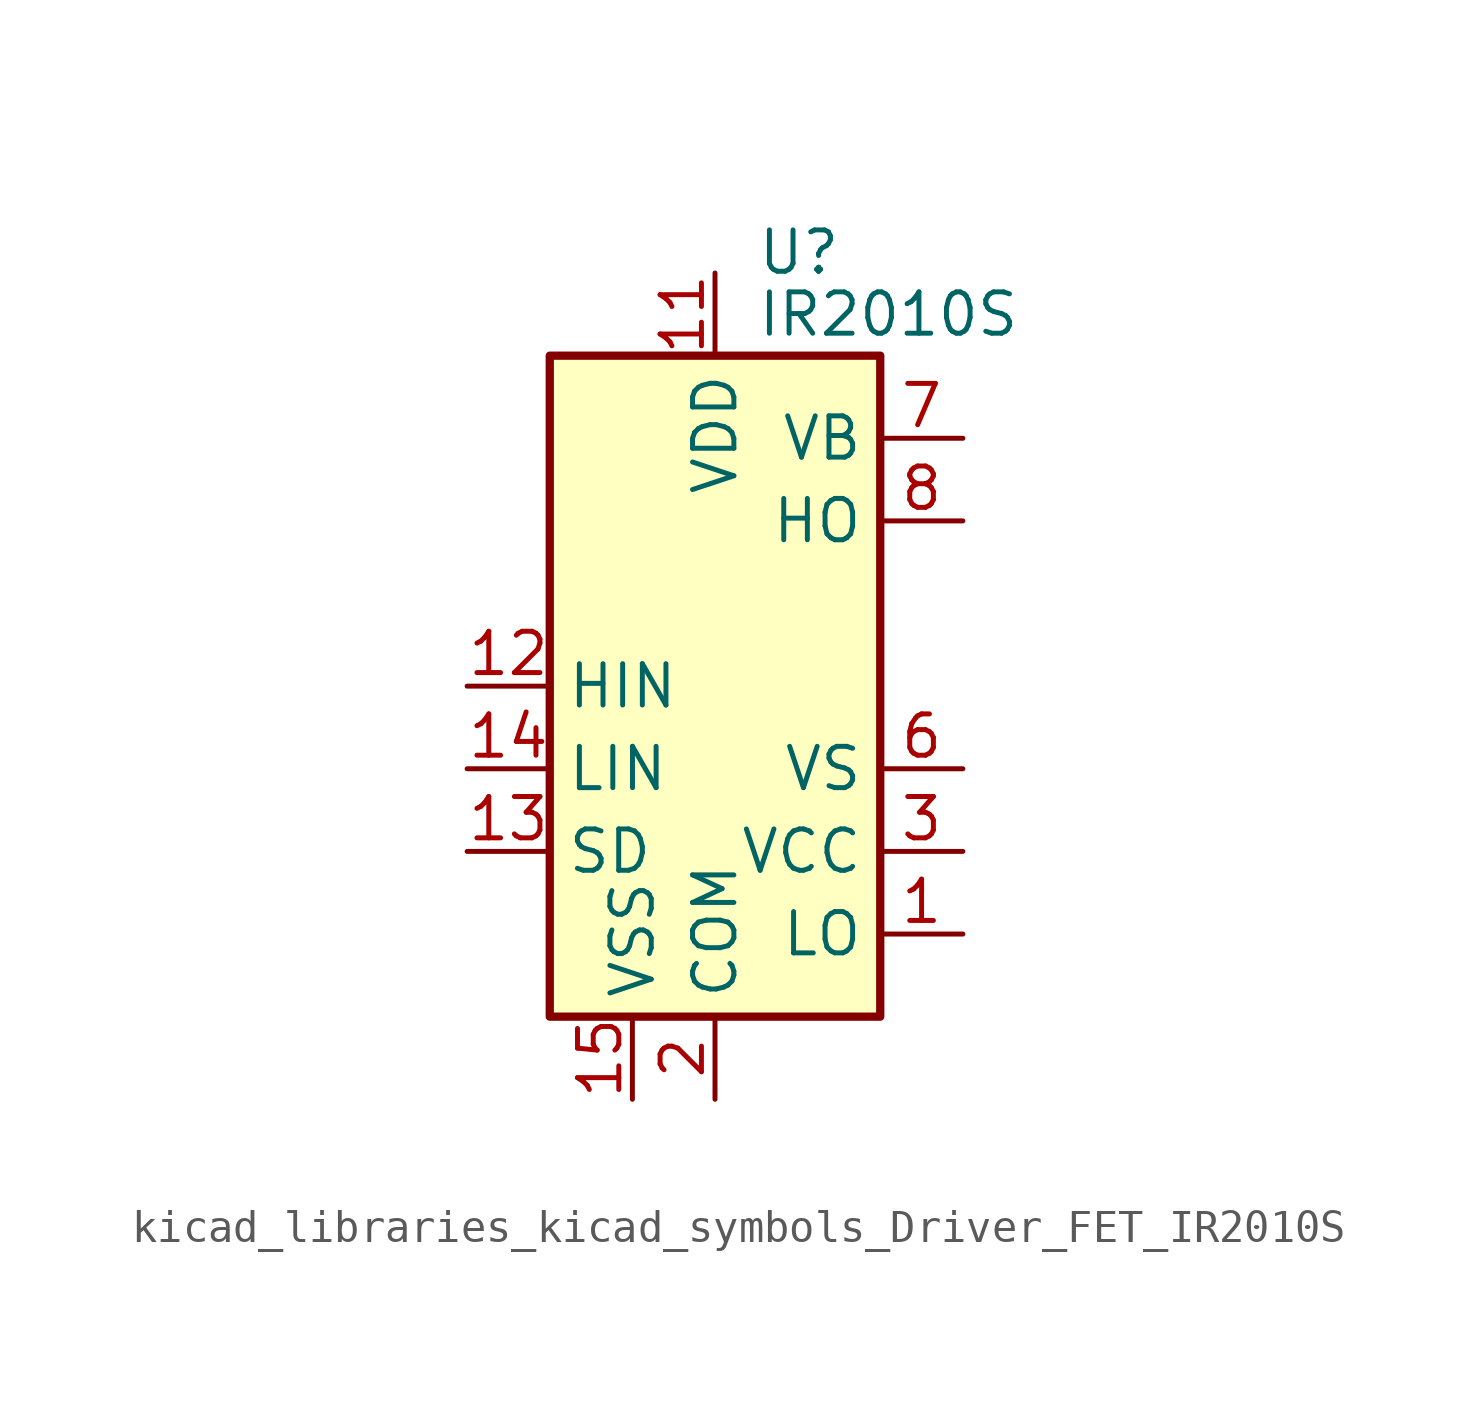
<source format=kicad_sym>
(kicad_symbol_lib
  (version 20220914)
  (generator kicad_symbol_editor)
  (symbol "kicad_libraries_kicad_symbols_Driver_FET_IR2010S"
    (property "Reference" "U"
      (at 1.27 13.335 0)
      (effects (font (size 1.27 1.27)) (justify left)))
    (property "Value" "IR2010S"
      (at 1.27 11.43 0)
      (effects (font (size 1.27 1.27)) (justify left)))
    (symbol "kicad_libraries_kicad_symbols_Driver_FET_IR2010S_0_1"
      (rectangle (start -5.08 -10.16) (end 5.08 10.16) (stroke (width 0.254) (type default)) (fill (type background))))
    (symbol "kicad_libraries_kicad_symbols_Driver_FET_IR2010S_1_1"
      (pin output line (at 7.62 -7.62 180) (length 2.54) (name "LO" (effects (font (size 1.27 1.27)))) (number "1" (effects (font (size 1.27 1.27)))))
      (pin no_connect line (at 5.08 2.54 180) (length 2.54) hide (name "NC" (effects (font (size 1.27 1.27)))) (number "10" (effects (font (size 1.27 1.27)))))
      (pin power_in line (at 0 12.7 270) (length 2.54) (name "VDD" (effects (font (size 1.27 1.27)))) (number "11" (effects (font (size 1.27 1.27)))))
      (pin input line (at -7.62 0 0) (length 2.54) (name "HIN" (effects (font (size 1.27 1.27)))) (number "12" (effects (font (size 1.27 1.27)))))
      (pin input line (at -7.62 -5.08 0) (length 2.54) (name "SD" (effects (font (size 1.27 1.27)))) (number "13" (effects (font (size 1.27 1.27)))))
      (pin input line (at -7.62 -2.54 0) (length 2.54) (name "LIN" (effects (font (size 1.27 1.27)))) (number "14" (effects (font (size 1.27 1.27)))))
      (pin power_in line (at -2.54 -12.7 90) (length 2.54) (name "VSS" (effects (font (size 1.27 1.27)))) (number "15" (effects (font (size 1.27 1.27)))))
      (pin no_connect line (at 5.08 0 180) (length 2.54) hide (name "NC" (effects (font (size 1.27 1.27)))) (number "16" (effects (font (size 1.27 1.27)))))
      (pin power_in line (at 0 -12.7 90) (length 2.54) (name "COM" (effects (font (size 1.27 1.27)))) (number "2" (effects (font (size 1.27 1.27)))))
      (pin power_in line (at 7.62 -5.08 180) (length 2.54) (name "VCC" (effects (font (size 1.27 1.27)))) (number "3" (effects (font (size 1.27 1.27)))))
      (pin no_connect line (at -5.08 7.62 0) (length 2.54) hide (name "NC" (effects (font (size 1.27 1.27)))) (number "4" (effects (font (size 1.27 1.27)))))
      (pin no_connect line (at -5.08 5.08 0) (length 2.54) hide (name "NC" (effects (font (size 1.27 1.27)))) (number "5" (effects (font (size 1.27 1.27)))))
      (pin passive line (at 7.62 -2.54 180) (length 2.54) (name "VS" (effects (font (size 1.27 1.27)))) (number "6" (effects (font (size 1.27 1.27)))))
      (pin passive line (at 7.62 7.62 180) (length 2.54) (name "VB" (effects (font (size 1.27 1.27)))) (number "7" (effects (font (size 1.27 1.27)))))
      (pin output line (at 7.62 5.08 180) (length 2.54) (name "HO" (effects (font (size 1.27 1.27)))) (number "8" (effects (font (size 1.27 1.27)))))
      (pin no_connect line (at -5.08 2.54 0) (length 2.54) hide (name "NC" (effects (font (size 1.27 1.27)))) (number "9" (effects (font (size 1.27 1.27))))))))
</source>
